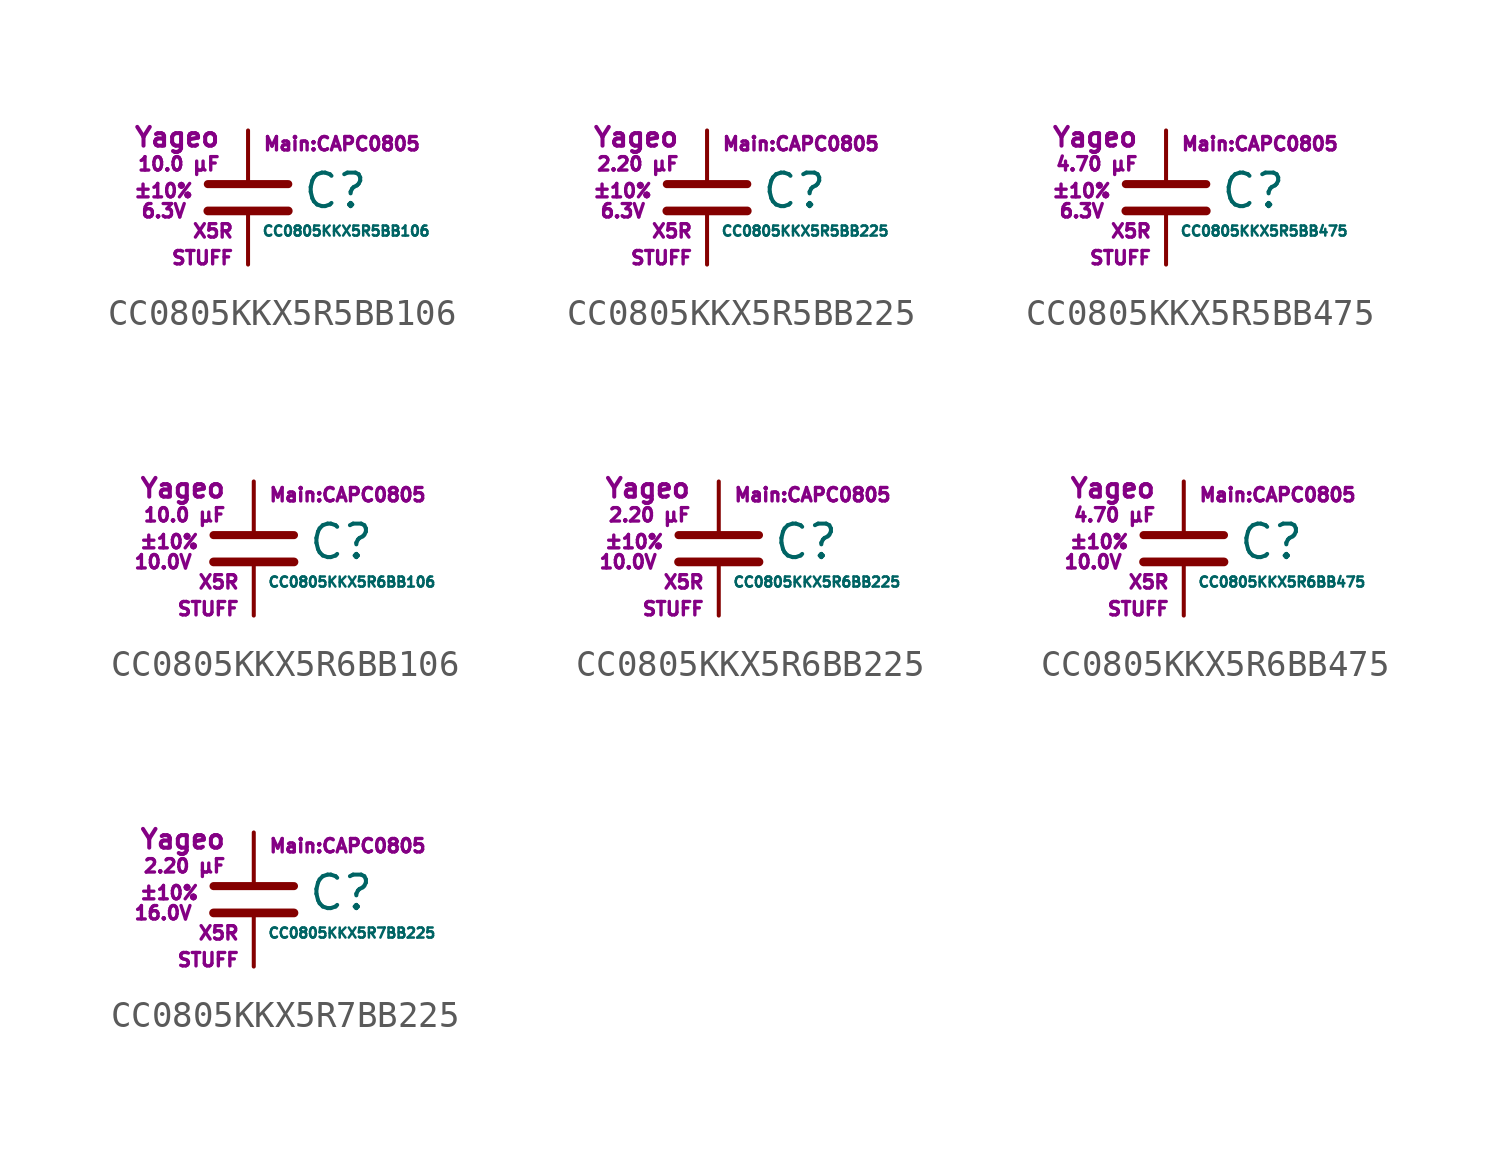
<source format=kicad_sym>
(kicad_symbol_lib
  (version 20211014)
  (generator kicad_symbol_editor)
  (symbol "CC0805KKX5R5BB106"
    (pin_numbers hide)
    (pin_names
      (offset 0.254) hide)
    (property "Reference" "C"
      (at 2.032 0.254 0)
      (effects (font (size 1.27 1.27)) (justify left)))
    (property "Value" "CC0805KKX5R5BB106"
      (at 0.508 -1.27 0)
      (effects (font (size 0.381 0.381)) (justify left)))
    (property "Footprint" "Main:CAPC0805"
      (at 3.556 2.032 0)
      (effects (font (size 0.508 0.508))))
    (property "Datasheet" ""
      (at 0.762 0.508 0)
      (effects (font (size 1.27 1.27))))
    (property "Manufacturer" "Yageo"
      (at -1.016 2.286 0)
      (effects (font (size 0.711 0.711)) (justify right)))
    (property "SKU" "STUFF"
      (at -0.508 -2.286 0)
      (effects (font (size 0.508 0.508)) (justify right)))
    (property "C" "10.0 µF"
      (at -1.016 1.27 0)
      (effects (font (size 0.508 0.508)) (justify right)))
    (property "Tol" "±10%"
      (at -2.032 0.254 0)
      (effects (font (size 0.508 0.508)) (justify right)))
    (property "Vmax" "6.3V"
      (at -2.286 -0.508 0)
      (effects (font (size 0.508 0.508)) (justify right)))
    (property "Type" "X5R"
      (at -0.508 -1.27 0)
      (effects (font (size 0.508 0.508)) (justify right)))
    (symbol "CC0805KKX5R5BB106_0_1"
      (polyline (pts (xy -1.524 -0.508) (xy 1.524 -0.508)) (stroke (width 0.33) (type default) (color 0 0 0 0)) (fill (type none)))
      (polyline (pts (xy -1.524 0.508) (xy 1.524 0.508)) (stroke (width 0.305) (type default) (color 0 0 0 0)) (fill (type none))))
    (symbol "CC0805KKX5R5BB106_1_1"
      (pin passive line (at 0 2.54 270) (length 1.905) (name "~" (effects (font (size 1.016 1.016)))) (number "1" (effects (font (size 1.016 1.016)))))
      (pin passive line (at 0 -2.54 90) (length 2.032) (name "~" (effects (font (size 1.016 1.016)))) (number "2" (effects (font (size 1.016 1.016)))))))
  (symbol "CC0805KKX5R5BB225"
    (pin_numbers hide)
    (pin_names
      (offset 0.254) hide)
    (property "Reference" "C"
      (at 2.032 0.254 0)
      (effects (font (size 1.27 1.27)) (justify left)))
    (property "Value" "CC0805KKX5R5BB225"
      (at 0.508 -1.27 0)
      (effects (font (size 0.381 0.381)) (justify left)))
    (property "Footprint" "Main:CAPC0805"
      (at 3.556 2.032 0)
      (effects (font (size 0.508 0.508))))
    (property "Datasheet" ""
      (at 0.762 0.508 0)
      (effects (font (size 1.27 1.27))))
    (property "Manufacturer" "Yageo"
      (at -1.016 2.286 0)
      (effects (font (size 0.711 0.711)) (justify right)))
    (property "SKU" "STUFF"
      (at -0.508 -2.286 0)
      (effects (font (size 0.508 0.508)) (justify right)))
    (property "C" "2.20 µF"
      (at -1.016 1.27 0)
      (effects (font (size 0.508 0.508)) (justify right)))
    (property "Tol" "±10%"
      (at -2.032 0.254 0)
      (effects (font (size 0.508 0.508)) (justify right)))
    (property "Vmax" "6.3V"
      (at -2.286 -0.508 0)
      (effects (font (size 0.508 0.508)) (justify right)))
    (property "Type" "X5R"
      (at -0.508 -1.27 0)
      (effects (font (size 0.508 0.508)) (justify right)))
    (symbol "CC0805KKX5R5BB225_0_1"
      (polyline (pts (xy -1.524 -0.508) (xy 1.524 -0.508)) (stroke (width 0.33) (type default) (color 0 0 0 0)) (fill (type none)))
      (polyline (pts (xy -1.524 0.508) (xy 1.524 0.508)) (stroke (width 0.305) (type default) (color 0 0 0 0)) (fill (type none))))
    (symbol "CC0805KKX5R5BB225_1_1"
      (pin passive line (at 0 2.54 270) (length 1.905) (name "~" (effects (font (size 1.016 1.016)))) (number "1" (effects (font (size 1.016 1.016)))))
      (pin passive line (at 0 -2.54 90) (length 2.032) (name "~" (effects (font (size 1.016 1.016)))) (number "2" (effects (font (size 1.016 1.016)))))))
  (symbol "CC0805KKX5R5BB475"
    (pin_numbers hide)
    (pin_names
      (offset 0.254) hide)
    (property "Reference" "C"
      (at 2.032 0.254 0)
      (effects (font (size 1.27 1.27)) (justify left)))
    (property "Value" "CC0805KKX5R5BB475"
      (at 0.508 -1.27 0)
      (effects (font (size 0.381 0.381)) (justify left)))
    (property "Footprint" "Main:CAPC0805"
      (at 3.556 2.032 0)
      (effects (font (size 0.508 0.508))))
    (property "Datasheet" ""
      (at 0.762 0.508 0)
      (effects (font (size 1.27 1.27))))
    (property "Manufacturer" "Yageo"
      (at -1.016 2.286 0)
      (effects (font (size 0.711 0.711)) (justify right)))
    (property "SKU" "STUFF"
      (at -0.508 -2.286 0)
      (effects (font (size 0.508 0.508)) (justify right)))
    (property "C" "4.70 µF"
      (at -1.016 1.27 0)
      (effects (font (size 0.508 0.508)) (justify right)))
    (property "Tol" "±10%"
      (at -2.032 0.254 0)
      (effects (font (size 0.508 0.508)) (justify right)))
    (property "Vmax" "6.3V"
      (at -2.286 -0.508 0)
      (effects (font (size 0.508 0.508)) (justify right)))
    (property "Type" "X5R"
      (at -0.508 -1.27 0)
      (effects (font (size 0.508 0.508)) (justify right)))
    (symbol "CC0805KKX5R5BB475_0_1"
      (polyline (pts (xy -1.524 -0.508) (xy 1.524 -0.508)) (stroke (width 0.33) (type default) (color 0 0 0 0)) (fill (type none)))
      (polyline (pts (xy -1.524 0.508) (xy 1.524 0.508)) (stroke (width 0.305) (type default) (color 0 0 0 0)) (fill (type none))))
    (symbol "CC0805KKX5R5BB475_1_1"
      (pin passive line (at 0 2.54 270) (length 1.905) (name "~" (effects (font (size 1.016 1.016)))) (number "1" (effects (font (size 1.016 1.016)))))
      (pin passive line (at 0 -2.54 90) (length 2.032) (name "~" (effects (font (size 1.016 1.016)))) (number "2" (effects (font (size 1.016 1.016)))))))
  (symbol "CC0805KKX5R6BB106"
    (pin_numbers hide)
    (pin_names
      (offset 0.254) hide)
    (property "Reference" "C"
      (at 2.032 0.254 0)
      (effects (font (size 1.27 1.27)) (justify left)))
    (property "Value" "CC0805KKX5R6BB106"
      (at 0.508 -1.27 0)
      (effects (font (size 0.381 0.381)) (justify left)))
    (property "Footprint" "Main:CAPC0805"
      (at 3.556 2.032 0)
      (effects (font (size 0.508 0.508))))
    (property "Datasheet" ""
      (at 0.762 0.508 0)
      (effects (font (size 1.27 1.27))))
    (property "Manufacturer" "Yageo"
      (at -1.016 2.286 0)
      (effects (font (size 0.711 0.711)) (justify right)))
    (property "SKU" "STUFF"
      (at -0.508 -2.286 0)
      (effects (font (size 0.508 0.508)) (justify right)))
    (property "C" "10.0 µF"
      (at -1.016 1.27 0)
      (effects (font (size 0.508 0.508)) (justify right)))
    (property "Tol" "±10%"
      (at -2.032 0.254 0)
      (effects (font (size 0.508 0.508)) (justify right)))
    (property "Vmax" "10.0V"
      (at -2.286 -0.508 0)
      (effects (font (size 0.508 0.508)) (justify right)))
    (property "Type" "X5R"
      (at -0.508 -1.27 0)
      (effects (font (size 0.508 0.508)) (justify right)))
    (symbol "CC0805KKX5R6BB106_0_1"
      (polyline (pts (xy -1.524 -0.508) (xy 1.524 -0.508)) (stroke (width 0.33) (type default) (color 0 0 0 0)) (fill (type none)))
      (polyline (pts (xy -1.524 0.508) (xy 1.524 0.508)) (stroke (width 0.305) (type default) (color 0 0 0 0)) (fill (type none))))
    (symbol "CC0805KKX5R6BB106_1_1"
      (pin passive line (at 0 2.54 270) (length 1.905) (name "~" (effects (font (size 1.016 1.016)))) (number "1" (effects (font (size 1.016 1.016)))))
      (pin passive line (at 0 -2.54 90) (length 2.032) (name "~" (effects (font (size 1.016 1.016)))) (number "2" (effects (font (size 1.016 1.016)))))))
  (symbol "CC0805KKX5R6BB225"
    (pin_numbers hide)
    (pin_names
      (offset 0.254) hide)
    (property "Reference" "C"
      (at 2.032 0.254 0)
      (effects (font (size 1.27 1.27)) (justify left)))
    (property "Value" "CC0805KKX5R6BB225"
      (at 0.508 -1.27 0)
      (effects (font (size 0.381 0.381)) (justify left)))
    (property "Footprint" "Main:CAPC0805"
      (at 3.556 2.032 0)
      (effects (font (size 0.508 0.508))))
    (property "Datasheet" ""
      (at 0.762 0.508 0)
      (effects (font (size 1.27 1.27))))
    (property "Manufacturer" "Yageo"
      (at -1.016 2.286 0)
      (effects (font (size 0.711 0.711)) (justify right)))
    (property "SKU" "STUFF"
      (at -0.508 -2.286 0)
      (effects (font (size 0.508 0.508)) (justify right)))
    (property "C" "2.20 µF"
      (at -1.016 1.27 0)
      (effects (font (size 0.508 0.508)) (justify right)))
    (property "Tol" "±10%"
      (at -2.032 0.254 0)
      (effects (font (size 0.508 0.508)) (justify right)))
    (property "Vmax" "10.0V"
      (at -2.286 -0.508 0)
      (effects (font (size 0.508 0.508)) (justify right)))
    (property "Type" "X5R"
      (at -0.508 -1.27 0)
      (effects (font (size 0.508 0.508)) (justify right)))
    (symbol "CC0805KKX5R6BB225_0_1"
      (polyline (pts (xy -1.524 -0.508) (xy 1.524 -0.508)) (stroke (width 0.33) (type default) (color 0 0 0 0)) (fill (type none)))
      (polyline (pts (xy -1.524 0.508) (xy 1.524 0.508)) (stroke (width 0.305) (type default) (color 0 0 0 0)) (fill (type none))))
    (symbol "CC0805KKX5R6BB225_1_1"
      (pin passive line (at 0 2.54 270) (length 1.905) (name "~" (effects (font (size 1.016 1.016)))) (number "1" (effects (font (size 1.016 1.016)))))
      (pin passive line (at 0 -2.54 90) (length 2.032) (name "~" (effects (font (size 1.016 1.016)))) (number "2" (effects (font (size 1.016 1.016)))))))
  (symbol "CC0805KKX5R6BB475"
    (pin_numbers hide)
    (pin_names
      (offset 0.254) hide)
    (property "Reference" "C"
      (at 2.032 0.254 0)
      (effects (font (size 1.27 1.27)) (justify left)))
    (property "Value" "CC0805KKX5R6BB475"
      (at 0.508 -1.27 0)
      (effects (font (size 0.381 0.381)) (justify left)))
    (property "Footprint" "Main:CAPC0805"
      (at 3.556 2.032 0)
      (effects (font (size 0.508 0.508))))
    (property "Datasheet" ""
      (at 0.762 0.508 0)
      (effects (font (size 1.27 1.27))))
    (property "Manufacturer" "Yageo"
      (at -1.016 2.286 0)
      (effects (font (size 0.711 0.711)) (justify right)))
    (property "SKU" "STUFF"
      (at -0.508 -2.286 0)
      (effects (font (size 0.508 0.508)) (justify right)))
    (property "C" "4.70 µF"
      (at -1.016 1.27 0)
      (effects (font (size 0.508 0.508)) (justify right)))
    (property "Tol" "±10%"
      (at -2.032 0.254 0)
      (effects (font (size 0.508 0.508)) (justify right)))
    (property "Vmax" "10.0V"
      (at -2.286 -0.508 0)
      (effects (font (size 0.508 0.508)) (justify right)))
    (property "Type" "X5R"
      (at -0.508 -1.27 0)
      (effects (font (size 0.508 0.508)) (justify right)))
    (symbol "CC0805KKX5R6BB475_0_1"
      (polyline (pts (xy -1.524 -0.508) (xy 1.524 -0.508)) (stroke (width 0.33) (type default) (color 0 0 0 0)) (fill (type none)))
      (polyline (pts (xy -1.524 0.508) (xy 1.524 0.508)) (stroke (width 0.305) (type default) (color 0 0 0 0)) (fill (type none))))
    (symbol "CC0805KKX5R6BB475_1_1"
      (pin passive line (at 0 2.54 270) (length 1.905) (name "~" (effects (font (size 1.016 1.016)))) (number "1" (effects (font (size 1.016 1.016)))))
      (pin passive line (at 0 -2.54 90) (length 2.032) (name "~" (effects (font (size 1.016 1.016)))) (number "2" (effects (font (size 1.016 1.016)))))))
  (symbol "CC0805KKX5R7BB225"
    (pin_numbers hide)
    (pin_names
      (offset 0.254) hide)
    (property "Reference" "C"
      (at 2.032 0.254 0)
      (effects (font (size 1.27 1.27)) (justify left)))
    (property "Value" "CC0805KKX5R7BB225"
      (at 0.508 -1.27 0)
      (effects (font (size 0.381 0.381)) (justify left)))
    (property "Footprint" "Main:CAPC0805"
      (at 3.556 2.032 0)
      (effects (font (size 0.508 0.508))))
    (property "Datasheet" ""
      (at 0.762 0.508 0)
      (effects (font (size 1.27 1.27))))
    (property "Manufacturer" "Yageo"
      (at -1.016 2.286 0)
      (effects (font (size 0.711 0.711)) (justify right)))
    (property "SKU" "STUFF"
      (at -0.508 -2.286 0)
      (effects (font (size 0.508 0.508)) (justify right)))
    (property "C" "2.20 µF"
      (at -1.016 1.27 0)
      (effects (font (size 0.508 0.508)) (justify right)))
    (property "Tol" "±10%"
      (at -2.032 0.254 0)
      (effects (font (size 0.508 0.508)) (justify right)))
    (property "Vmax" "16.0V"
      (at -2.286 -0.508 0)
      (effects (font (size 0.508 0.508)) (justify right)))
    (property "Type" "X5R"
      (at -0.508 -1.27 0)
      (effects (font (size 0.508 0.508)) (justify right)))
    (symbol "CC0805KKX5R7BB225_0_1"
      (polyline (pts (xy -1.524 -0.508) (xy 1.524 -0.508)) (stroke (width 0.33) (type default) (color 0 0 0 0)) (fill (type none)))
      (polyline (pts (xy -1.524 0.508) (xy 1.524 0.508)) (stroke (width 0.305) (type default) (color 0 0 0 0)) (fill (type none))))
    (symbol "CC0805KKX5R7BB225_1_1"
      (pin passive line (at 0 2.54 270) (length 1.905) (name "~" (effects (font (size 1.016 1.016)))) (number "1" (effects (font (size 1.016 1.016)))))
      (pin passive line (at 0 -2.54 90) (length 2.032) (name "~" (effects (font (size 1.016 1.016)))) (number "2" (effects (font (size 1.016 1.016))))))))
</source>
